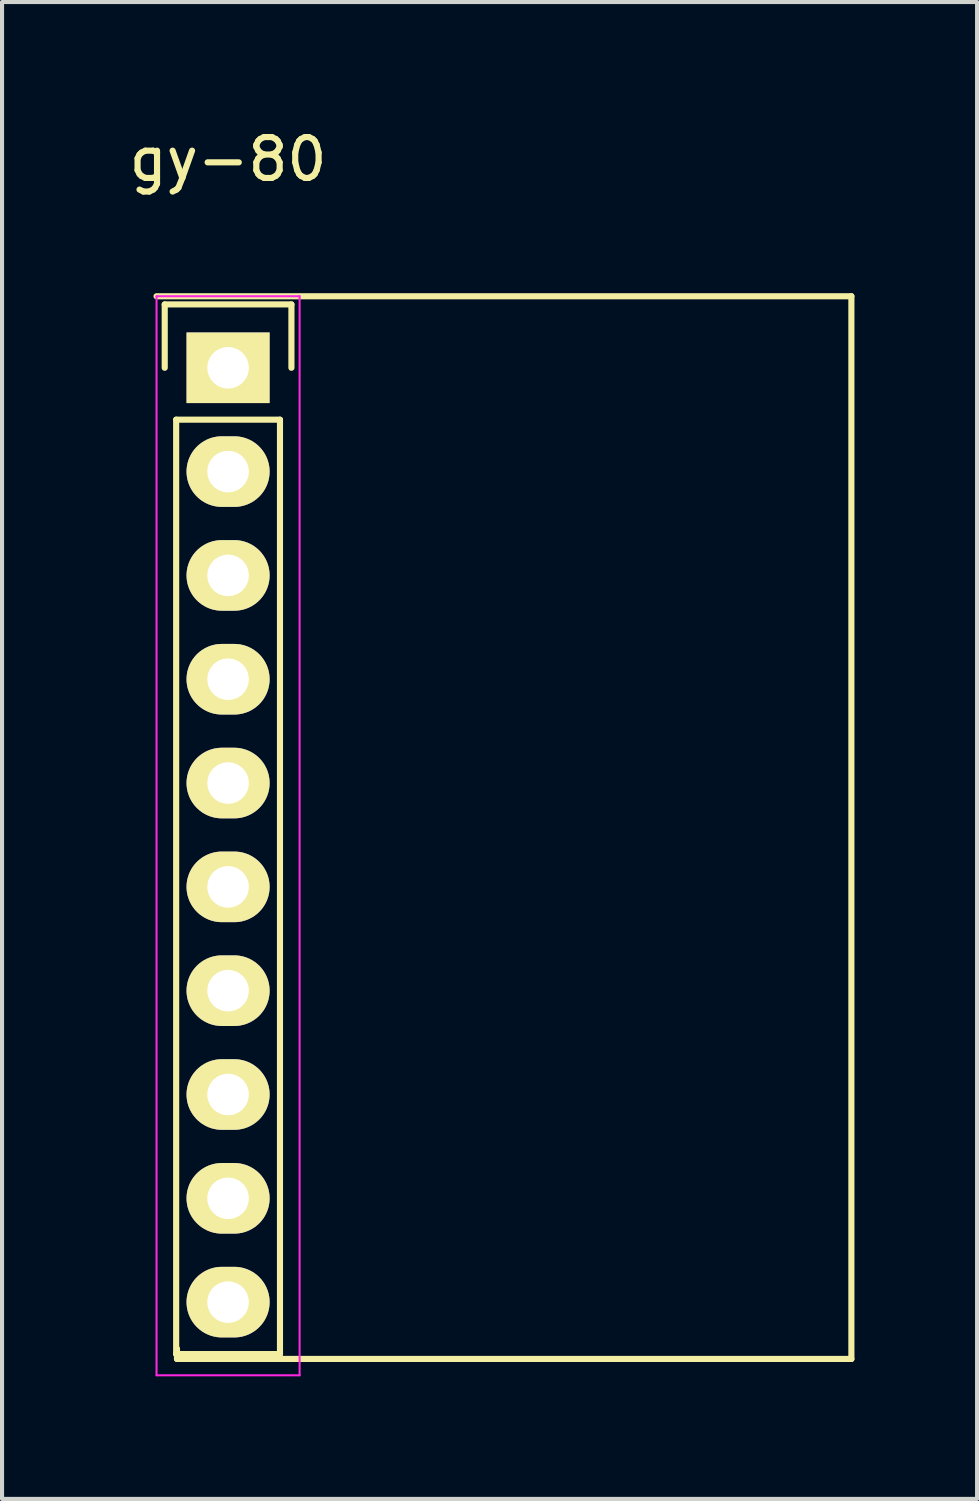
<source format=kicad_pcb>
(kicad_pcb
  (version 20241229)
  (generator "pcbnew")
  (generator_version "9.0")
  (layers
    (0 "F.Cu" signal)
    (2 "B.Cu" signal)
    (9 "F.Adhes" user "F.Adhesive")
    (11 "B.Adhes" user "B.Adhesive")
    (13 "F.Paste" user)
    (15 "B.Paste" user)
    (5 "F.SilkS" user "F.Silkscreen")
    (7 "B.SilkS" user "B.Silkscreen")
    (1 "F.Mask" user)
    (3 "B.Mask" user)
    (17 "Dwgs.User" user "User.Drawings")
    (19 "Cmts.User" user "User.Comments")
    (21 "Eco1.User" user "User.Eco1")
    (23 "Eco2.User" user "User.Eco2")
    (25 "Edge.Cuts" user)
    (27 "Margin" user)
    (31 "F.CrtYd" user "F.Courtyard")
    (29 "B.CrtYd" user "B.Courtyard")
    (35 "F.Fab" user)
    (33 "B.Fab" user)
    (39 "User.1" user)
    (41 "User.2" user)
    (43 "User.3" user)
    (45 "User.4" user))
  (footprint "gy-80"
    (layer "F.Cu")
    (at 2.53 5.948)
    (property "Reference" "gy-80" (at 0 -5.1 0) (layer "F.SilkS") (effects (font (size 1 1) (thickness 0.15))))
    (attr through_hole)
    (fp_line (start -1.75 -1.75) (end 15.25 -1.75) (stroke (width 0.15) (type solid)) (layer "F.SilkS"))
    (fp_line (start -1.55 -1.55) (end 1.55 -1.55) (stroke (width 0.15) (type solid)) (layer "F.SilkS"))
    (fp_line (start -1.55 0) (end -1.55 -1.55) (stroke (width 0.15) (type solid)) (layer "F.SilkS"))
    (fp_line (start -1.27 24.13) (end -1.27 1.27) (stroke (width 0.15) (type solid)) (layer "F.SilkS"))
    (fp_line (start -1.25 24.25) (end -1.25 24) (stroke (width 0.15) (type solid)) (layer "F.SilkS"))
    (fp_line (start 1.27 1.27) (end -1.27 1.27) (stroke (width 0.15) (type solid)) (layer "F.SilkS"))
    (fp_line (start 1.27 1.27) (end 1.27 24.13) (stroke (width 0.15) (type solid)) (layer "F.SilkS"))
    (fp_line (start 1.27 24.13) (end -1.27 24.13) (stroke (width 0.15) (type solid)) (layer "F.SilkS"))
    (fp_line (start 1.55 -1.55) (end 1.55 0) (stroke (width 0.15) (type solid)) (layer "F.SilkS"))
    (fp_line (start 15.25 -1.75) (end 15.25 24.25) (stroke (width 0.15) (type solid)) (layer "F.SilkS"))
    (fp_line (start 15.25 24.25) (end -1.25 24.25) (stroke (width 0.15) (type solid)) (layer "F.SilkS"))
    (fp_line (start -1.75 -1.75) (end -1.75 24.65) (stroke (width 0.05) (type solid)) (layer "F.CrtYd"))
    (fp_line (start -1.75 -1.75) (end 1.75 -1.75) (stroke (width 0.05) (type solid)) (layer "F.CrtYd"))
    (fp_line (start -1.75 24.65) (end 1.75 24.65) (stroke (width 0.05) (type solid)) (layer "F.CrtYd"))
    (fp_line (start 1.75 -1.75) (end 1.75 24.65) (stroke (width 0.05) (type solid)) (layer "F.CrtYd"))
    (pad "1" thru_hole rect (at 0 0) (size 2.032 1.727) (drill 1.016) (layers "*.Cu" "*.Mask" "F.SilkS"))
    (pad "2" thru_hole oval (at 0 2.54) (size 2.032 1.727) (drill 1.016) (layers "*.Cu" "*.Mask" "F.SilkS"))
    (pad "3" thru_hole oval (at 0 5.08) (size 2.032 1.727) (drill 1.016) (layers "*.Cu" "*.Mask" "F.SilkS"))
    (pad "4" thru_hole oval (at 0 7.62) (size 2.032 1.727) (drill 1.016) (layers "*.Cu" "*.Mask" "F.SilkS"))
    (pad "5" thru_hole oval (at 0 10.16) (size 2.032 1.727) (drill 1.016) (layers "*.Cu" "*.Mask" "F.SilkS"))
    (pad "6" thru_hole oval (at 0 12.7) (size 2.032 1.727) (drill 1.016) (layers "*.Cu" "*.Mask" "F.SilkS"))
    (pad "7" thru_hole oval (at 0 15.24) (size 2.032 1.727) (drill 1.016) (layers "*.Cu" "*.Mask" "F.SilkS"))
    (pad "8" thru_hole oval (at 0 17.78) (size 2.032 1.727) (drill 1.016) (layers "*.Cu" "*.Mask" "F.SilkS"))
    (pad "9" thru_hole oval (at 0 20.32) (size 2.032 1.727) (drill 1.016) (layers "*.Cu" "*.Mask" "F.SilkS"))
    (pad "10" thru_hole oval (at 0 22.86) (size 2.032 1.727) (drill 1.016) (layers "*.Cu" "*.Mask" "F.SilkS")))
  (gr_rect
    (start -3 -3)
    (end 20.855 33.623)
    (stroke (width 0.1) (type default))
    (fill no)
    (layer "Edge.Cuts")))
</source>
